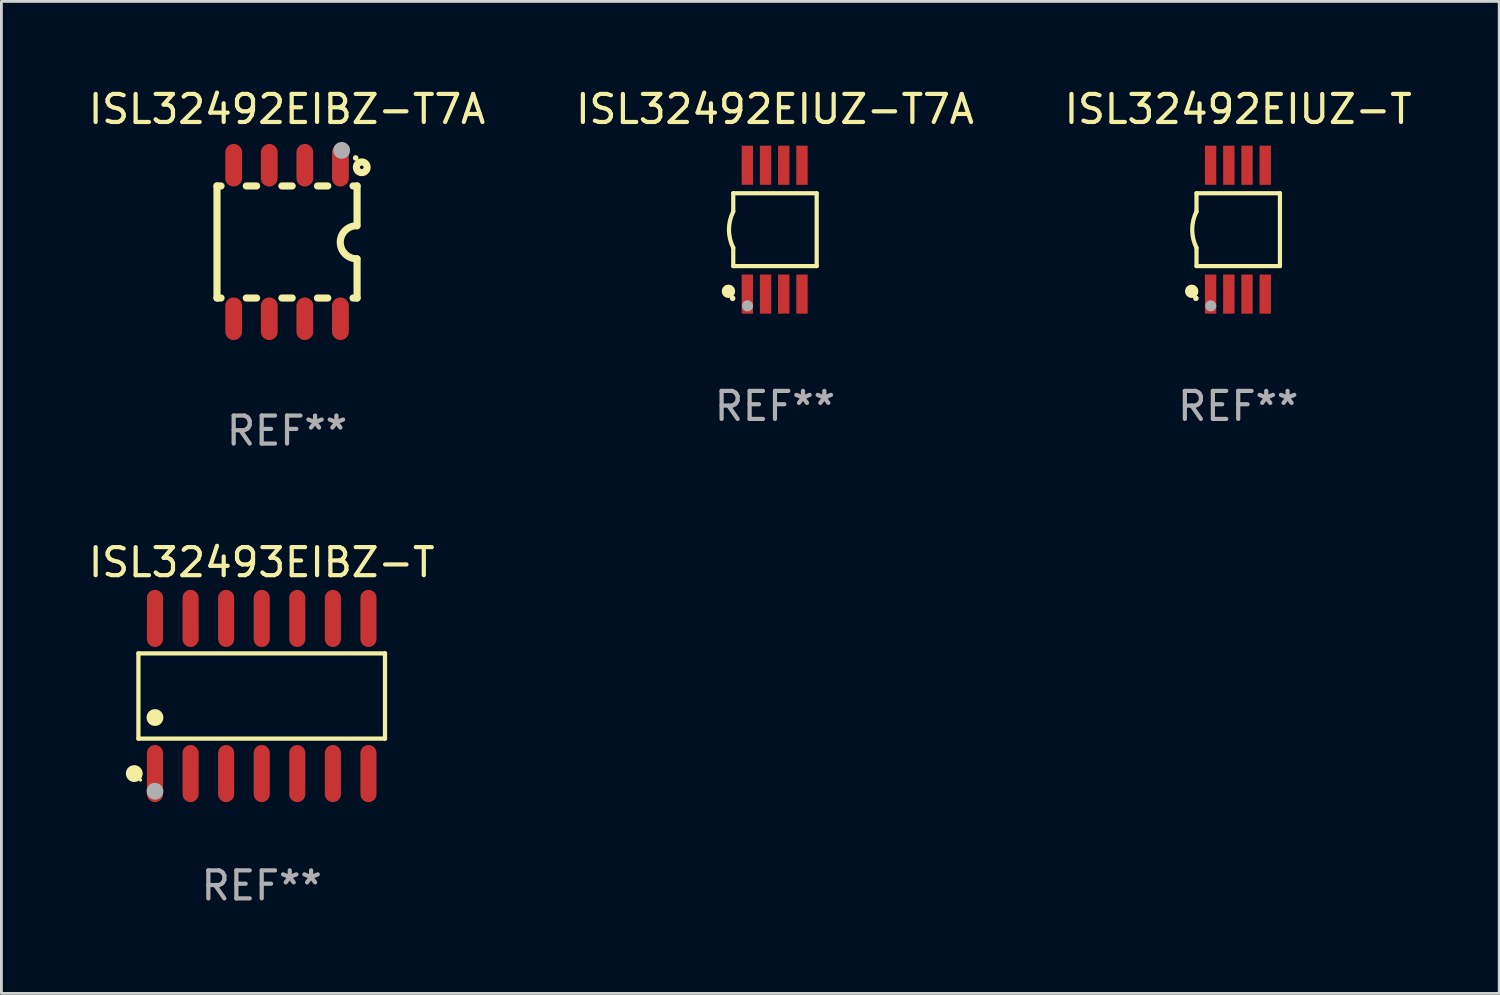
<source format=kicad_pcb>
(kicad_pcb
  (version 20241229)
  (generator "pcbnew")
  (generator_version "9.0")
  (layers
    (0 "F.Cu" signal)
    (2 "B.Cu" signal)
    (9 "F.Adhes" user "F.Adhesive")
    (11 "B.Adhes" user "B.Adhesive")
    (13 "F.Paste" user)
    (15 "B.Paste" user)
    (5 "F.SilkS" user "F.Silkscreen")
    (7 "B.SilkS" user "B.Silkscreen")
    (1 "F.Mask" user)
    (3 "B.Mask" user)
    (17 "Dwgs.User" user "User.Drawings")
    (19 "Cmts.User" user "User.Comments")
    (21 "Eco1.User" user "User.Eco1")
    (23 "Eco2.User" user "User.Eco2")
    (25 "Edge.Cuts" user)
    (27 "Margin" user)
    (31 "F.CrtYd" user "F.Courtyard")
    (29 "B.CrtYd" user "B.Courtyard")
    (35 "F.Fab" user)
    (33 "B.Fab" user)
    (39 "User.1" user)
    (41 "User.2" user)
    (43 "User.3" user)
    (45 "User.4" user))
  (footprint "ISL32493EIBZ-T"
    (layer "F.Cu")
    (at 6.292 21.794)
    (property "Reference" "ISL32493EIBZ-T" (at 0 -4.769 0) (layer "F.SilkS") (effects (font (size 1 1) (thickness 0.15))))
    (attr through_hole)
    (fp_line (start -4.401 -1.521) (end 4.401 -1.521) (stroke (width 0.152) (type solid)) (layer "F.SilkS"))
    (fp_line (start -4.401 1.521) (end -4.401 -1.521) (stroke (width 0.152) (type solid)) (layer "F.SilkS"))
    (fp_line (start 4.401 -1.521) (end 4.401 1.521) (stroke (width 0.152) (type solid)) (layer "F.SilkS"))
    (fp_line (start 4.401 1.521) (end -4.401 1.521) (stroke (width 0.152) (type solid)) (layer "F.SilkS"))
    (fp_circle (center -4.549 2.769) (end -4.399 2.769) (stroke (width 0.3) (type solid)) (fill no) (layer "F.SilkS"))
    (fp_circle (center -4.325 3) (end -4.295 3) (stroke (width 0.06) (type solid)) (fill no) (layer "F.SilkS"))
    (fp_circle (center -3.81 0.769) (end -3.66 0.769) (stroke (width 0.3) (type solid)) (fill no) (layer "F.SilkS"))
    (fp_circle (center -3.81 3.4) (end -3.66 3.4) (stroke (width 0.3) (type solid)) (fill no) (layer "F.Fab"))
    (fp_text user "REF**" (at 0 6.769 0) (layer "F.Fab") (effects (font (size 1 1) (thickness 0.15))))
    (pad "1" smd oval (at -3.81 2.769) (size 0.574 2.038) (layers "F.Cu" "F.Mask" "F.Paste"))
    (pad "2" smd oval (at -2.54 2.769) (size 0.574 2.038) (layers "F.Cu" "F.Mask" "F.Paste"))
    (pad "3" smd oval (at -1.27 2.769) (size 0.574 2.038) (layers "F.Cu" "F.Mask" "F.Paste"))
    (pad "4" smd oval (at 0 2.769) (size 0.574 2.038) (layers "F.Cu" "F.Mask" "F.Paste"))
    (pad "5" smd oval (at 1.27 2.769) (size 0.574 2.038) (layers "F.Cu" "F.Mask" "F.Paste"))
    (pad "6" smd oval (at 2.54 2.769) (size 0.574 2.038) (layers "F.Cu" "F.Mask" "F.Paste"))
    (pad "7" smd oval (at 3.81 2.769) (size 0.574 2.038) (layers "F.Cu" "F.Mask" "F.Paste"))
    (pad "8" smd oval (at 3.81 -2.769) (size 0.574 2.038) (layers "F.Cu" "F.Mask" "F.Paste"))
    (pad "9" smd oval (at 2.54 -2.769) (size 0.574 2.038) (layers "F.Cu" "F.Mask" "F.Paste"))
    (pad "10" smd oval (at 1.27 -2.769) (size 0.574 2.038) (layers "F.Cu" "F.Mask" "F.Paste"))
    (pad "11" smd oval (at 0 -2.769) (size 0.574 2.038) (layers "F.Cu" "F.Mask" "F.Paste"))
    (pad "12" smd oval (at -1.27 -2.769) (size 0.574 2.038) (layers "F.Cu" "F.Mask" "F.Paste"))
    (pad "13" smd oval (at -2.54 -2.769) (size 0.574 2.038) (layers "F.Cu" "F.Mask" "F.Paste"))
    (pad "14" smd oval (at -3.81 -2.769) (size 0.574 2.038) (layers "F.Cu" "F.Mask" "F.Paste")))
  (footprint "ISL32492EIUZ-T7A"
    (layer "F.Cu")
    (at 24.613 5.148)
    (property "Reference" "ISL32492EIUZ-T7A" (at 0 -4.3 0) (layer "F.SilkS") (effects (font (size 1 1) (thickness 0.15))))
    (attr through_hole)
    (fp_line (start -1.489 -1.3) (end -1.489 -0.648) (stroke (width 0.15) (type solid)) (layer "F.SilkS"))
    (fp_line (start -1.489 0.648) (end -1.489 1.3) (stroke (width 0.15) (type solid)) (layer "F.SilkS"))
    (fp_line (start -1.489 1.3) (end 1.489 1.3) (stroke (width 0.15) (type solid)) (layer "F.SilkS"))
    (fp_line (start 1.489 -1.3) (end -1.489 -1.3) (stroke (width 0.15) (type solid)) (layer "F.SilkS"))
    (fp_line (start 1.489 1.3) (end 1.489 -1.3) (stroke (width 0.15) (type solid)) (layer "F.SilkS"))
    (fp_arc (start -1.489205 0.647702) (mid -1.642107 0) (end -1.489205 -0.647701) (stroke (width 0.150013) (type solid)) (layer "F.SilkS"))
    (fp_circle (center -1.661 2.2) (end -1.541 2.2) (stroke (width 0.24) (type solid)) (fill no) (layer "F.SilkS"))
    (fp_circle (center -1.511 2.45) (end -1.461 2.45) (stroke (width 0.1) (type solid)) (fill no) (layer "F.SilkS"))
    (fp_circle (center -0.981 2.72) (end -0.881 2.72) (stroke (width 0.2) (type solid)) (fill no) (layer "F.Fab"))
    (fp_text user "REF**" (at 0 6.3 0) (layer "F.Fab") (effects (font (size 1 1) (thickness 0.15))))
    (pad "1" smd rect (at -0.986 2.3) (size 0.406 1.397) (layers "F.Cu" "F.Mask" "F.Paste"))
    (pad "2" smd rect (at -0.336 2.3) (size 0.406 1.397) (layers "F.Cu" "F.Mask" "F.Paste"))
    (pad "3" smd rect (at 0.314 2.3) (size 0.406 1.397) (layers "F.Cu" "F.Mask" "F.Paste"))
    (pad "4" smd rect (at 0.964 2.3) (size 0.406 1.397) (layers "F.Cu" "F.Mask" "F.Paste"))
    (pad "5" smd rect (at 0.964 -2.3) (size 0.406 1.397) (layers "F.Cu" "F.Mask" "F.Paste"))
    (pad "6" smd rect (at 0.314 -2.3) (size 0.406 1.397) (layers "F.Cu" "F.Mask" "F.Paste"))
    (pad "7" smd rect (at -0.336 -2.3) (size 0.406 1.397) (layers "F.Cu" "F.Mask" "F.Paste"))
    (pad "8" smd rect (at -0.986 -2.3) (size 0.406 1.397) (layers "F.Cu" "F.Mask" "F.Paste")))
  (footprint "ISL32492EIBZ-T7A"
    (layer "F.Cu")
    (at 7.196 5.588)
    (property "Reference" "ISL32492EIBZ-T7A" (at 0 -4.74 0) (layer "F.SilkS") (effects (font (size 1 1) (thickness 0.15))))
    (attr through_hole)
    (fp_line (start -2.5 2) (end -2.5 -2) (stroke (width 0.254) (type solid)) (layer "F.SilkS"))
    (fp_line (start -2.356 -2) (end -2.5 -2) (stroke (width 0.254) (type solid)) (layer "F.SilkS"))
    (fp_line (start -2.356 2) (end -2.5 2) (stroke (width 0.254) (type solid)) (layer "F.SilkS"))
    (fp_line (start -1.086 -2) (end -1.454 -2) (stroke (width 0.254) (type solid)) (layer "F.SilkS"))
    (fp_line (start -1.086 2) (end -1.454 2) (stroke (width 0.254) (type solid)) (layer "F.SilkS"))
    (fp_line (start 0.184 -2) (end -0.184 -2) (stroke (width 0.254) (type solid)) (layer "F.SilkS"))
    (fp_line (start 0.184 2) (end -0.184 2) (stroke (width 0.254) (type solid)) (layer "F.SilkS"))
    (fp_line (start 1.454 -2) (end 1.086 -2) (stroke (width 0.254) (type solid)) (layer "F.SilkS"))
    (fp_line (start 1.454 2) (end 1.086 2) (stroke (width 0.254) (type solid)) (layer "F.SilkS"))
    (fp_line (start 2.5 -2) (end 2.356 -2) (stroke (width 0.254) (type solid)) (layer "F.SilkS"))
    (fp_line (start 2.5 -0.58) (end 2.5 -2) (stroke (width 0.254) (type solid)) (layer "F.SilkS"))
    (fp_line (start 2.5 2) (end 2.356 2) (stroke (width 0.254) (type solid)) (layer "F.SilkS"))
    (fp_line (start 2.5 2) (end 2.5 0.6) (stroke (width 0.254) (type solid)) (layer "F.SilkS"))
    (fp_arc (start 2.489992 0.600051) (mid 1.901674 0.010046) (end 2.489992 -0.579959) (stroke (width 0.254001) (type solid)) (layer "F.SilkS"))
    (fp_circle (center 2.45 -3) (end 2.5 -3) (stroke (width 0.1) (type solid)) (fill no) (layer "F.SilkS"))
    (fp_circle (center 2.667 -2.667) (end 2.858 -2.667) (stroke (width 0.254) (type solid)) (fill no) (layer "F.SilkS"))
    (fp_circle (center 1.95 -3.27) (end 2.1 -3.27) (stroke (width 0.3) (type solid)) (fill no) (layer "F.Fab"))
    (fp_text user "REF**" (at 0 6.74 0) (layer "F.Fab") (effects (font (size 1 1) (thickness 0.15))))
    (pad "1" smd oval (at 1.905 -2.74) (size 0.6 1.52) (layers "F.Cu" "F.Mask" "F.Paste"))
    (pad "2" smd oval (at 0.635 -2.74) (size 0.6 1.52) (layers "F.Cu" "F.Mask" "F.Paste"))
    (pad "3" smd oval (at -0.635 -2.74) (size 0.6 1.52) (layers "F.Cu" "F.Mask" "F.Paste"))
    (pad "4" smd oval (at -1.905 -2.74) (size 0.6 1.52) (layers "F.Cu" "F.Mask" "F.Paste"))
    (pad "5" smd oval (at -1.905 2.74) (size 0.6 1.52) (layers "F.Cu" "F.Mask" "F.Paste"))
    (pad "6" smd oval (at -0.635 2.74) (size 0.6 1.52) (layers "F.Cu" "F.Mask" "F.Paste"))
    (pad "7" smd oval (at 0.635 2.74) (size 0.6 1.52) (layers "F.Cu" "F.Mask" "F.Paste"))
    (pad "8" smd oval (at 1.905 2.74) (size 0.6 1.52) (layers "F.Cu" "F.Mask" "F.Paste")))
  (footprint "ISL32492EIUZ-T"
    (layer "F.Cu")
    (at 41.149 5.148)
    (property "Reference" "ISL32492EIUZ-T" (at 0 -4.3 0) (layer "F.SilkS") (effects (font (size 1 1) (thickness 0.15))))
    (attr through_hole)
    (fp_line (start -1.489 -1.3) (end -1.489 -0.648) (stroke (width 0.15) (type solid)) (layer "F.SilkS"))
    (fp_line (start -1.489 0.648) (end -1.489 1.3) (stroke (width 0.15) (type solid)) (layer "F.SilkS"))
    (fp_line (start -1.489 1.3) (end 1.489 1.3) (stroke (width 0.15) (type solid)) (layer "F.SilkS"))
    (fp_line (start 1.489 -1.3) (end -1.489 -1.3) (stroke (width 0.15) (type solid)) (layer "F.SilkS"))
    (fp_line (start 1.489 1.3) (end 1.489 -1.3) (stroke (width 0.15) (type solid)) (layer "F.SilkS"))
    (fp_arc (start -1.489205 0.647702) (mid -1.642107 0) (end -1.489205 -0.647701) (stroke (width 0.150013) (type solid)) (layer "F.SilkS"))
    (fp_circle (center -1.661 2.2) (end -1.541 2.2) (stroke (width 0.24) (type solid)) (fill no) (layer "F.SilkS"))
    (fp_circle (center -1.511 2.45) (end -1.461 2.45) (stroke (width 0.1) (type solid)) (fill no) (layer "F.SilkS"))
    (fp_circle (center -0.981 2.72) (end -0.881 2.72) (stroke (width 0.2) (type solid)) (fill no) (layer "F.Fab"))
    (fp_text user "REF**" (at 0 6.3 0) (layer "F.Fab") (effects (font (size 1 1) (thickness 0.15))))
    (pad "1" smd rect (at -0.986 2.3) (size 0.406 1.397) (layers "F.Cu" "F.Mask" "F.Paste"))
    (pad "2" smd rect (at -0.336 2.3) (size 0.406 1.397) (layers "F.Cu" "F.Mask" "F.Paste"))
    (pad "3" smd rect (at 0.314 2.3) (size 0.406 1.397) (layers "F.Cu" "F.Mask" "F.Paste"))
    (pad "4" smd rect (at 0.964 2.3) (size 0.406 1.397) (layers "F.Cu" "F.Mask" "F.Paste"))
    (pad "5" smd rect (at 0.964 -2.3) (size 0.406 1.397) (layers "F.Cu" "F.Mask" "F.Paste"))
    (pad "6" smd rect (at 0.314 -2.3) (size 0.406 1.397) (layers "F.Cu" "F.Mask" "F.Paste"))
    (pad "7" smd rect (at -0.336 -2.3) (size 0.406 1.397) (layers "F.Cu" "F.Mask" "F.Paste"))
    (pad "8" smd rect (at -0.986 -2.3) (size 0.406 1.397) (layers "F.Cu" "F.Mask" "F.Paste")))
  (gr_rect
    (start -3 -3)
    (end 50.464 32.411)
    (stroke (width 0.1) (type default))
    (fill no)
    (layer "Edge.Cuts")))
</source>
